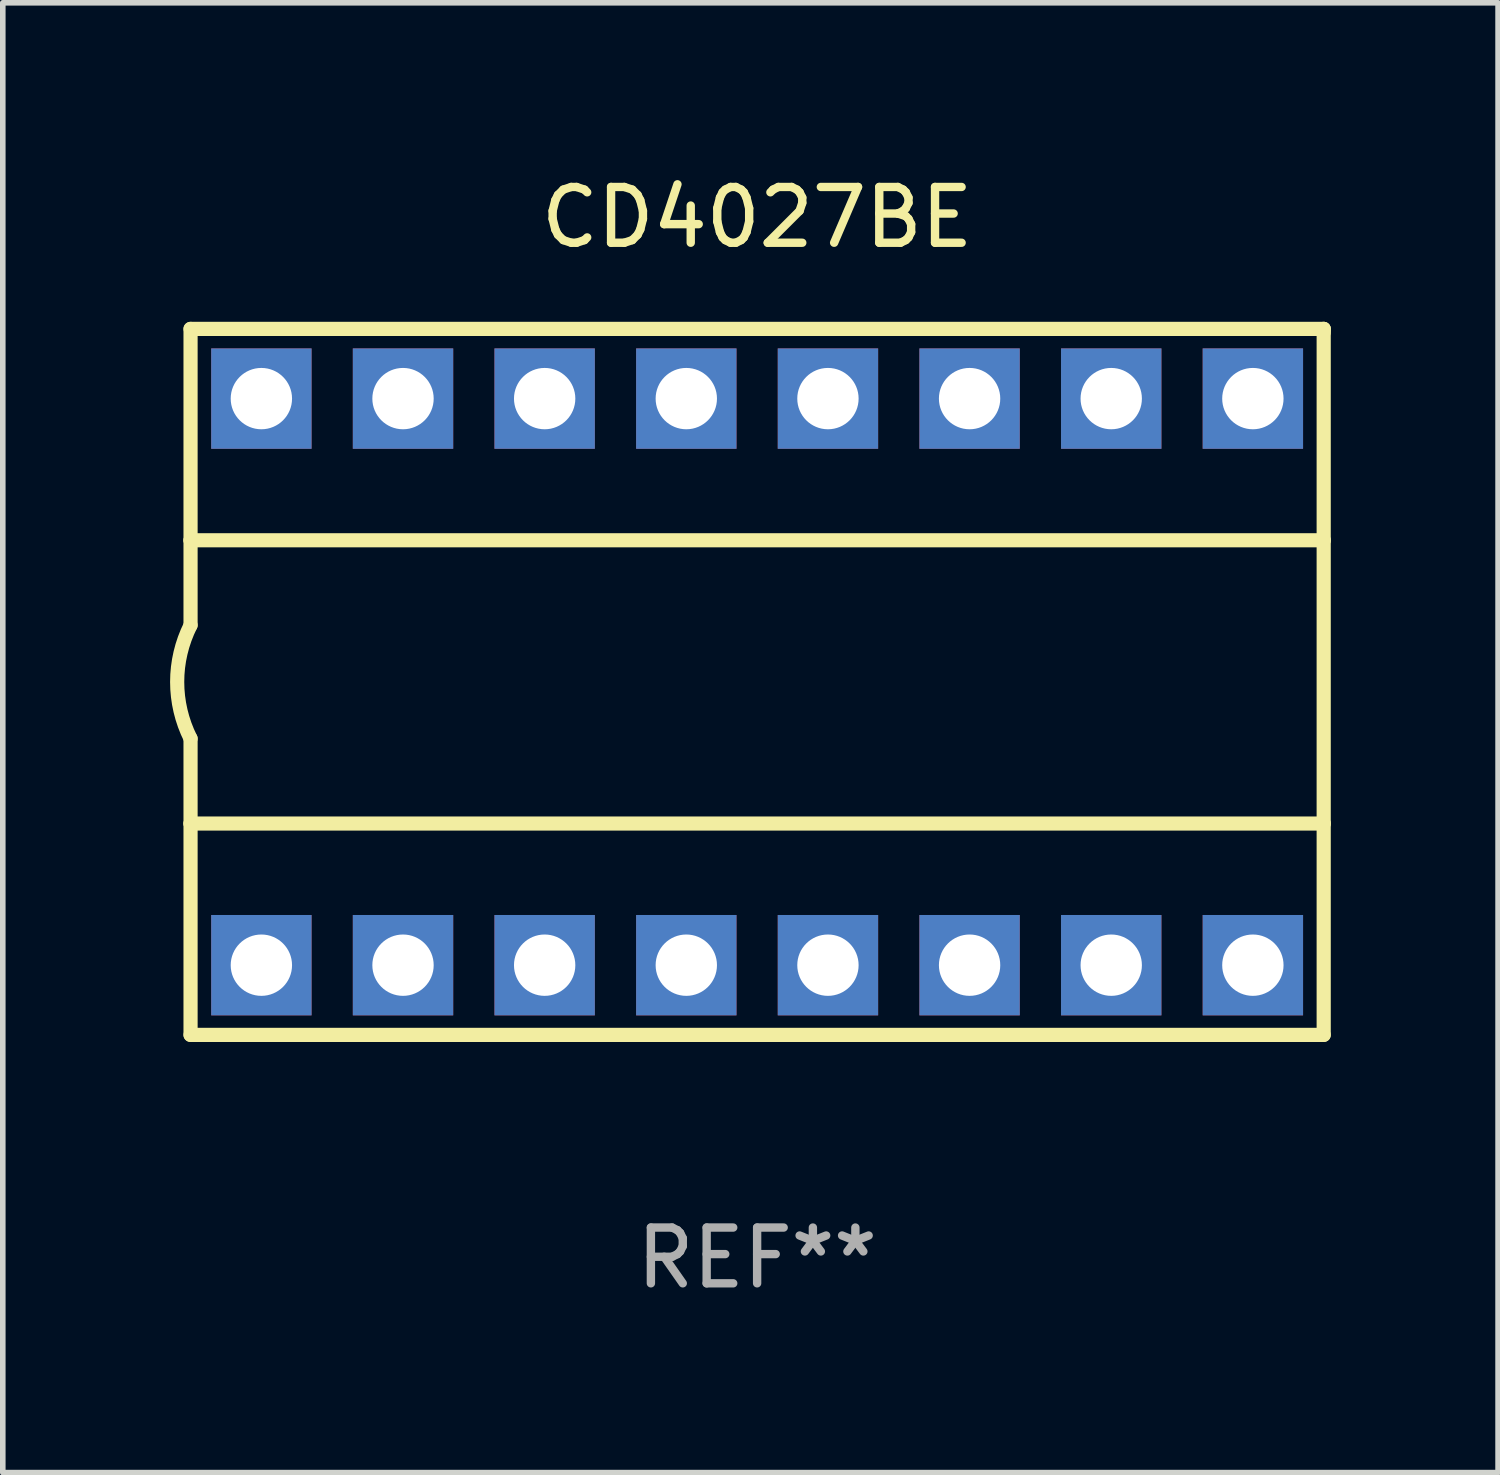
<source format=kicad_pcb>
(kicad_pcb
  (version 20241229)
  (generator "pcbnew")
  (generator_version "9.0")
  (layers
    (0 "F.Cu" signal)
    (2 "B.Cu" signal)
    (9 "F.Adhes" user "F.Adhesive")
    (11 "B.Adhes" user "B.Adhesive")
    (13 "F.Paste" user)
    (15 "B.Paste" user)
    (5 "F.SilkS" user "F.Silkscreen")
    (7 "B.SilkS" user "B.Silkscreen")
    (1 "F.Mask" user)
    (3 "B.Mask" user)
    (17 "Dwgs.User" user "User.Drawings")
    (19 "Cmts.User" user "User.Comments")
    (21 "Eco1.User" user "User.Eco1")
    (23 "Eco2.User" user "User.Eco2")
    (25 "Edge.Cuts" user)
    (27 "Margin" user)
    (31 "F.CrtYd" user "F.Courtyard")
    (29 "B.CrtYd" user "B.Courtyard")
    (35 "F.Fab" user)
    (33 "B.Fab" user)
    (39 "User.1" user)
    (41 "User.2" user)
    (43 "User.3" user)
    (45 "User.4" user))
  (footprint "CD4027BE"
    (layer "F.Cu")
    (at 10.527 9.178)
    (property "Reference" "CD4027BE" (at 0 -8.33 0) (layer "F.SilkS") (effects (font (size 1 1) (thickness 0.15))))
    (attr through_hole)
    (fp_line (start -10.16 -6.33) (end -10.16 -2.54) (stroke (width 0.254) (type solid)) (layer "F.SilkS"))
    (fp_line (start -10.16 -6.33) (end 10.16 -6.33) (stroke (width 0.254) (type solid)) (layer "F.SilkS"))
    (fp_line (start -10.16 -2.54) (end -10.16 -1.016) (stroke (width 0.254) (type solid)) (layer "F.SilkS"))
    (fp_line (start -10.16 -2.54) (end 10.16 -2.54) (stroke (width 0.254) (type solid)) (layer "F.SilkS"))
    (fp_line (start -10.16 2.54) (end -10.16 1.016) (stroke (width 0.254) (type solid)) (layer "F.SilkS"))
    (fp_line (start -10.16 2.54) (end 10.16 2.54) (stroke (width 0.254) (type solid)) (layer "F.SilkS"))
    (fp_line (start -10.16 6.33) (end -10.16 2.54) (stroke (width 0.254) (type solid)) (layer "F.SilkS"))
    (fp_line (start -10.16 6.33) (end 10.16 6.33) (stroke (width 0.254) (type solid)) (layer "F.SilkS"))
    (fp_line (start 10.16 -6.33) (end 10.16 -6.267) (stroke (width 0.254) (type solid)) (layer "F.SilkS"))
    (fp_line (start 10.16 -6.33) (end 10.16 -2.54) (stroke (width 0.254) (type solid)) (layer "F.SilkS"))
    (fp_line (start 10.16 -2.54) (end 10.16 2.54) (stroke (width 0.254) (type solid)) (layer "F.SilkS"))
    (fp_line (start 10.16 2.54) (end 10.16 6.33) (stroke (width 0.254) (type solid)) (layer "F.SilkS"))
    (fp_arc (start -10.16 1.016) (mid -10.399845 0) (end -10.16 -1.016) (stroke (width 0.254001) (type solid)) (layer "F.SilkS"))
    (fp_text user "REF**" (at 0 10.33 0) (layer "F.Fab") (effects (font (size 1 1) (thickness 0.15))))
    (pad "1" thru_hole rect (at -8.89 5.08) (size 1.8 1.8) (drill 1.1) (layers "*.Cu" "*.Mask"))
    (pad "2" thru_hole rect (at -6.35 5.08) (size 1.8 1.8) (drill 1.1) (layers "*.Cu" "*.Mask"))
    (pad "3" thru_hole rect (at -3.81 5.08) (size 1.8 1.8) (drill 1.1) (layers "*.Cu" "*.Mask"))
    (pad "4" thru_hole rect (at -1.27 5.08) (size 1.8 1.8) (drill 1.1) (layers "*.Cu" "*.Mask"))
    (pad "5" thru_hole rect (at 1.27 5.08) (size 1.8 1.8) (drill 1.1) (layers "*.Cu" "*.Mask"))
    (pad "6" thru_hole rect (at 3.81 5.08) (size 1.8 1.8) (drill 1.1) (layers "*.Cu" "*.Mask"))
    (pad "7" thru_hole rect (at 6.35 5.08) (size 1.8 1.8) (drill 1.1) (layers "*.Cu" "*.Mask"))
    (pad "8" thru_hole rect (at 8.89 5.08) (size 1.8 1.8) (drill 1.1) (layers "*.Cu" "*.Mask"))
    (pad "9" thru_hole rect (at 8.89 -5.08) (size 1.8 1.8) (drill 1.1) (layers "*.Cu" "*.Mask"))
    (pad "10" thru_hole rect (at 6.35 -5.08) (size 1.8 1.8) (drill 1.1) (layers "*.Cu" "*.Mask"))
    (pad "11" thru_hole rect (at 3.81 -5.08) (size 1.8 1.8) (drill 1.1) (layers "*.Cu" "*.Mask"))
    (pad "12" thru_hole rect (at 1.27 -5.08) (size 1.8 1.8) (drill 1.1) (layers "*.Cu" "*.Mask"))
    (pad "13" thru_hole rect (at -1.27 -5.08) (size 1.8 1.8) (drill 1.1) (layers "*.Cu" "*.Mask"))
    (pad "14" thru_hole rect (at -3.81 -5.08) (size 1.8 1.8) (drill 1.1) (layers "*.Cu" "*.Mask"))
    (pad "15" thru_hole rect (at -6.35 -5.08) (size 1.8 1.8) (drill 1.1) (layers "*.Cu" "*.Mask"))
    (pad "16" thru_hole rect (at -8.89 -5.08) (size 1.8 1.8) (drill 1.1) (layers "*.Cu" "*.Mask")))
  (gr_rect
    (start -3 -3)
    (end 23.814 23.357)
    (stroke (width 0.1) (type default))
    (fill no)
    (layer "Edge.Cuts")))
</source>
